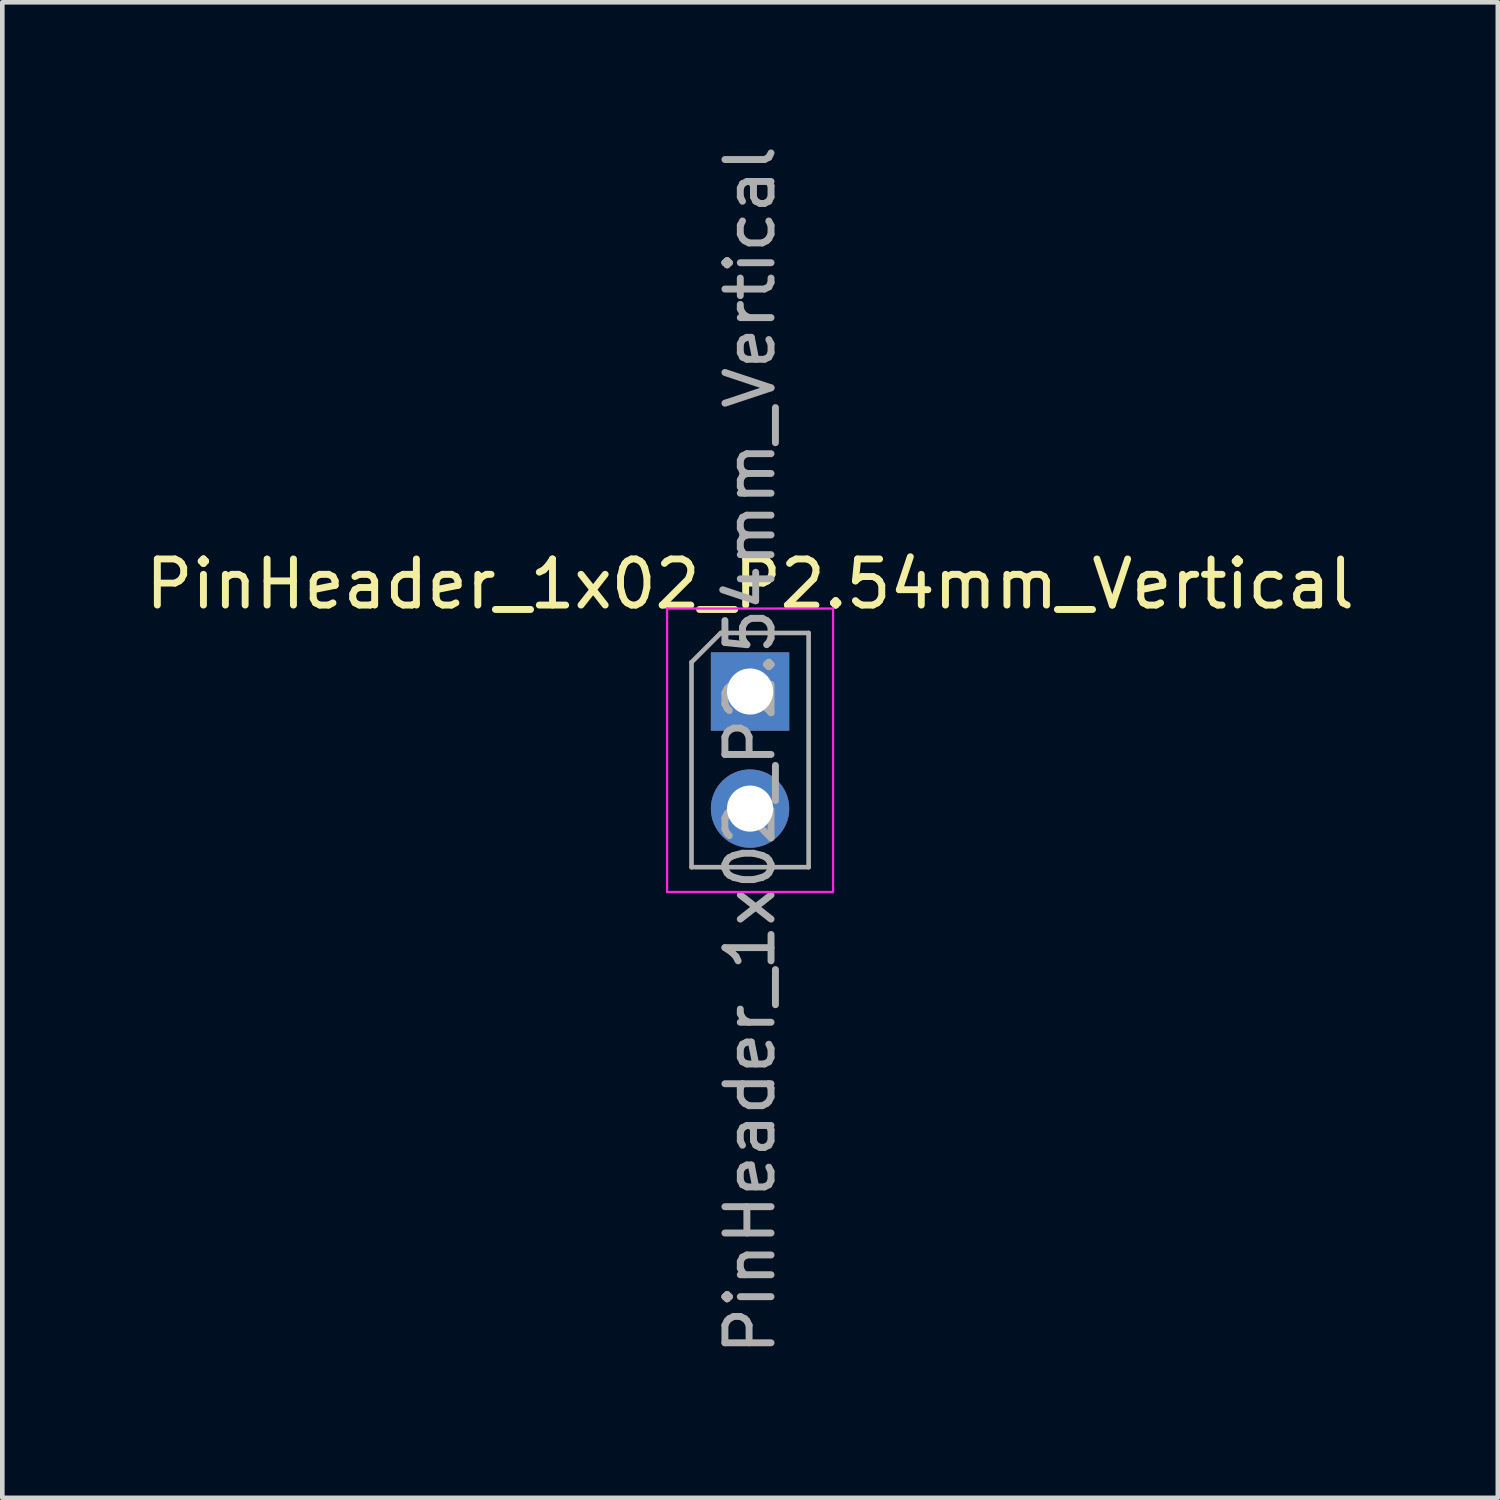
<source format=kicad_pcb>
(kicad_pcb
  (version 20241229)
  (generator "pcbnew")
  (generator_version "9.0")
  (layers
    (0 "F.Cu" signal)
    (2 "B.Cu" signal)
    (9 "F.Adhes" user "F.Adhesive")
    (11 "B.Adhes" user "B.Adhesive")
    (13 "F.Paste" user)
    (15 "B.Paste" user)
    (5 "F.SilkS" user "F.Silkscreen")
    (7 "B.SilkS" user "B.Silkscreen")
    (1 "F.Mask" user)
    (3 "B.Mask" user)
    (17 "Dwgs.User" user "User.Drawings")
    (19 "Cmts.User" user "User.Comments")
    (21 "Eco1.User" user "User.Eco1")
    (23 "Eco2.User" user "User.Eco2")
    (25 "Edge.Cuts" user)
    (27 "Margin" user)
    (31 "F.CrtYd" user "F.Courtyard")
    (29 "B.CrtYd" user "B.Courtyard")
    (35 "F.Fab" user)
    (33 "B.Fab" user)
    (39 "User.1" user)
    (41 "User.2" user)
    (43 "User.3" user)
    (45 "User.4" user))
  (footprint "PinHeader_1x02_P2.54mm_Vertical"
    (layer "F.Cu")
    (at 13.22 11.95)
    (property "Reference" "PinHeader_1x02_P2.54mm_Vertical" (at 0 -2.33 0) (layer "F.SilkS") (effects (font (size 1 1) (thickness 0.15))))
    (attr through_hole)
    (fp_line (start -1.8 -1.8) (end -1.8 4.35) (stroke (width 0.05) (type solid)) (layer "F.CrtYd"))
    (fp_line (start -1.8 4.35) (end 1.8 4.35) (stroke (width 0.05) (type solid)) (layer "F.CrtYd"))
    (fp_line (start 1.8 -1.8) (end -1.8 -1.8) (stroke (width 0.05) (type solid)) (layer "F.CrtYd"))
    (fp_line (start 1.8 4.35) (end 1.8 -1.8) (stroke (width 0.05) (type solid)) (layer "F.CrtYd"))
    (fp_line (start -1.27 -0.635) (end -0.635 -1.27) (stroke (width 0.1) (type solid)) (layer "F.Fab"))
    (fp_line (start -1.27 3.81) (end -1.27 -0.635) (stroke (width 0.1) (type solid)) (layer "F.Fab"))
    (fp_line (start -0.635 -1.27) (end 1.27 -1.27) (stroke (width 0.1) (type solid)) (layer "F.Fab"))
    (fp_line (start 1.27 -1.27) (end 1.27 3.81) (stroke (width 0.1) (type solid)) (layer "F.Fab"))
    (fp_line (start 1.27 3.81) (end -1.27 3.81) (stroke (width 0.1) (type solid)) (layer "F.Fab"))
    (fp_text user "${REFERENCE}" (at 0 1.27 90) (layer "F.Fab") (effects (font (size 1 1) (thickness 0.15))))
    (pad "1" thru_hole rect (at 0 0) (size 1.7 1.7) (drill 1) (layers "*.Cu" "*.Mask"))
    (pad "2" thru_hole oval (at 0 2.54) (size 1.7 1.7) (drill 1) (layers "*.Cu" "*.Mask")))
  (gr_rect
    (start -3 -3)
    (end 29.44 29.44)
    (stroke (width 0.1) (type default))
    (fill no)
    (layer "Edge.Cuts")))
</source>
